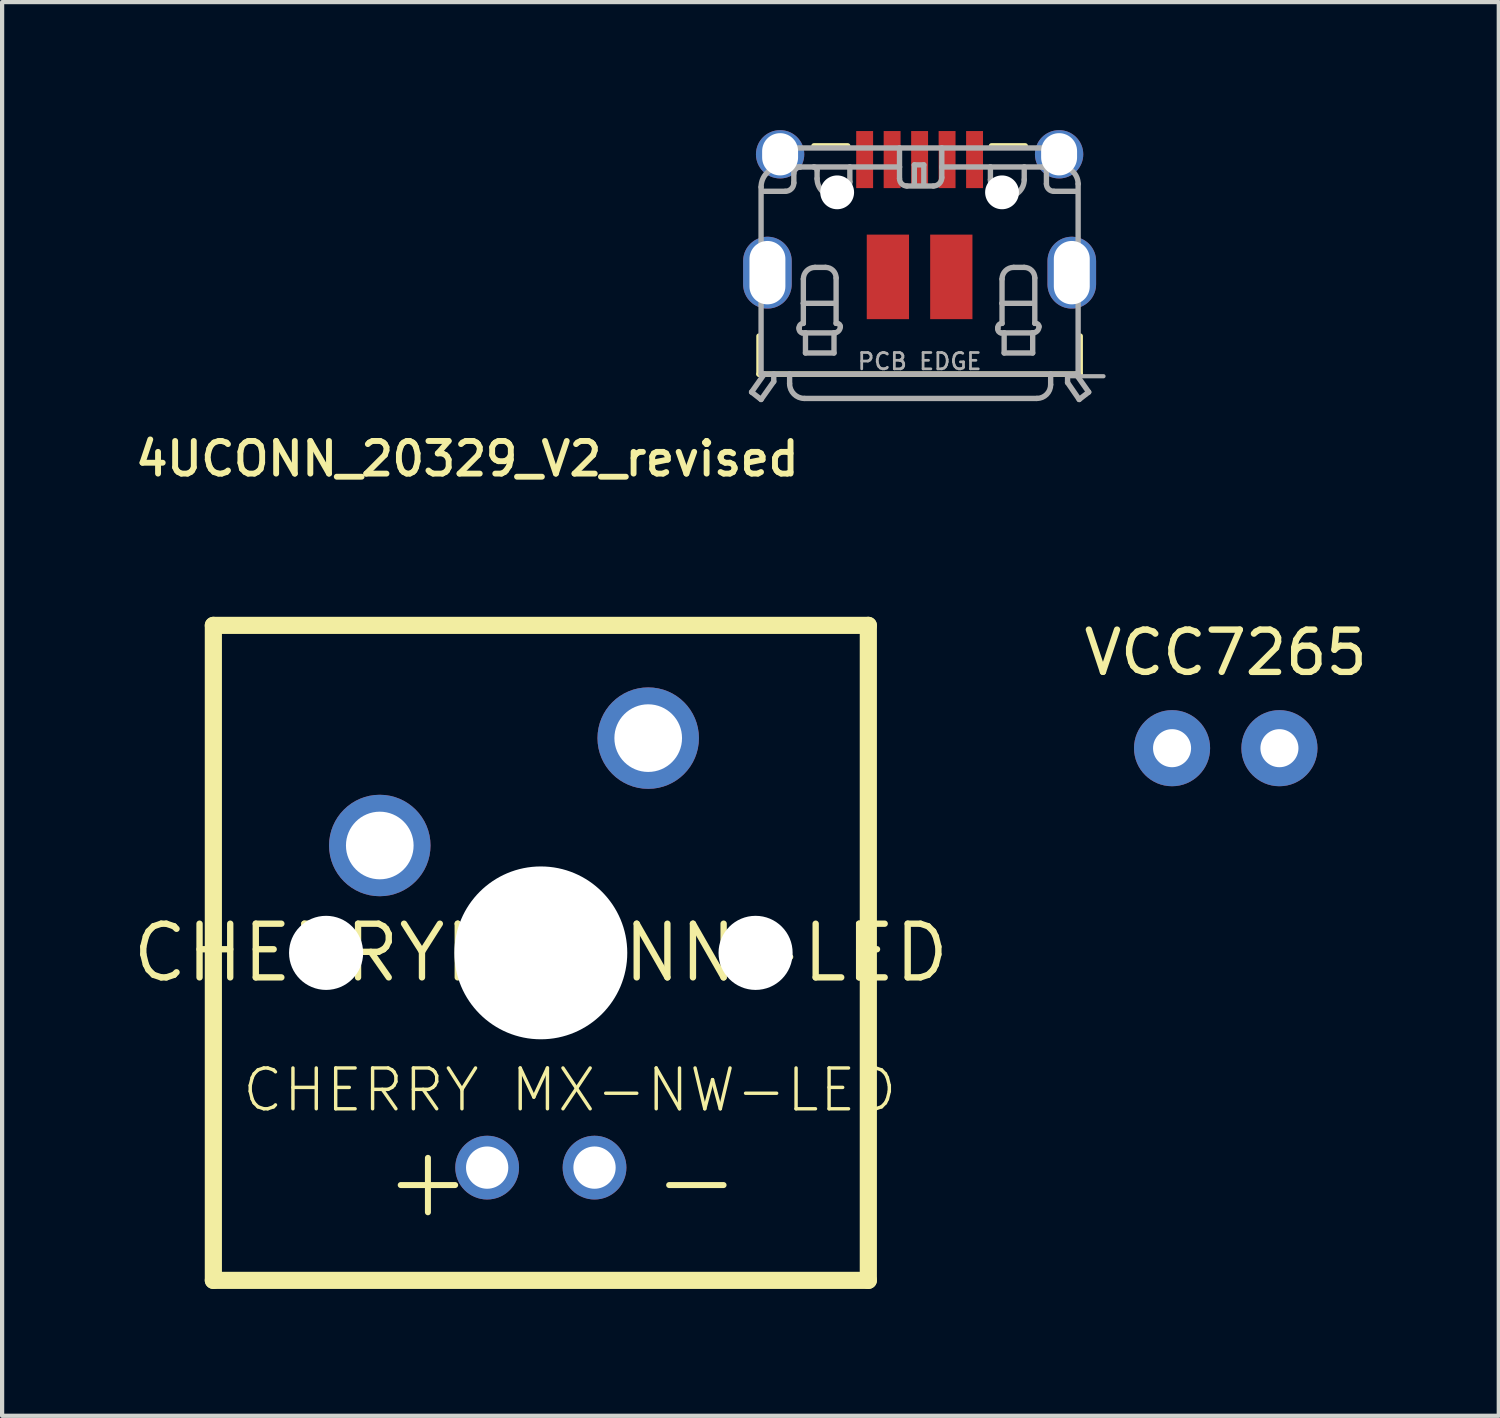
<source format=kicad_pcb>
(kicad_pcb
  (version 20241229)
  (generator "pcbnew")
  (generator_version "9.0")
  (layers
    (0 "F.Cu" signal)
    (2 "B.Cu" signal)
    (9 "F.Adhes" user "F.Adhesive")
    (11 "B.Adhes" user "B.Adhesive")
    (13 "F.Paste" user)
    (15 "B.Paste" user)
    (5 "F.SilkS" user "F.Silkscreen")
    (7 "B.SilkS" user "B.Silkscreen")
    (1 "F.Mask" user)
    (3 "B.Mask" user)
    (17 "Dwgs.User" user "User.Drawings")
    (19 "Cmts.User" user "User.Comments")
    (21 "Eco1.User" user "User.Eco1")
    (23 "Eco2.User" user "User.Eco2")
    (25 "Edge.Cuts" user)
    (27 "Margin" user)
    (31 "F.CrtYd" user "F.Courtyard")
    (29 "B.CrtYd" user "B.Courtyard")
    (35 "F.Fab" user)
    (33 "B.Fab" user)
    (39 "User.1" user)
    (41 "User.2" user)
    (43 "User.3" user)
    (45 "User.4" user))
  (footprint "VCC7265"
    (layer "F.Cu")
    (at 24.676 14.649)
    (property "Reference" "VCC7265" (at 1.27 -2.26 0) (layer "F.SilkS") (effects (font (size 1 1) (thickness 0.15))))
    (attr through_hole)
    (pad "1" thru_hole circle (at 0 0) (size 1.8 1.8) (drill 0.9) (layers "*.Cu" "*.Mask"))
    (pad "2" thru_hole circle (at 2.54 0) (size 1.8 1.8) (drill 0.9) (layers "*.Cu" "*.Mask")))
  (footprint "4UCONN_20329_V2_revised"
    (layer "F.Cu")
    (at 18.704 1.5)
    (property "Reference" "4UCONN_20329_V2_revised" (at -2.778 5.852 180) (layer "F.SilkS") (effects (font (size 0.772 0.772) (thickness 0.139)) (justify right top)))
    (attr through_hole)
    (fp_poly (pts (xy -1.55 -0.05) (xy -1.05 -0.05) (xy -1.05 -1.5) (xy -1.55 -1.5)) (stroke (width 0) (type solid)) (fill yes) (layer "F.Mask"))
    (fp_poly (pts (xy -0.9 -0.05) (xy -0.4 -0.05) (xy -0.4 -1.5) (xy -0.9 -1.5)) (stroke (width 0) (type solid)) (fill yes) (layer "F.Mask"))
    (fp_poly (pts (xy -0.25 -0.05) (xy 0.25 -0.05) (xy 0.25 -1.5) (xy -0.25 -1.5)) (stroke (width 0) (type solid)) (fill yes) (layer "F.Mask"))
    (fp_poly (pts (xy 0.4 -0.05) (xy 0.9 -0.05) (xy 0.9 -1.5) (xy 0.4 -1.5)) (stroke (width 0) (type solid)) (fill yes) (layer "F.Mask"))
    (fp_poly (pts (xy 1.05 -0.05) (xy 1.55 -0.05) (xy 1.55 -1.5) (xy 1.05 -1.5)) (stroke (width 0) (type solid)) (fill yes) (layer "F.Mask"))
    (fp_line (start -3.8 3.4) (end -3.8 4.3) (stroke (width 0.127) (type solid)) (layer "F.SilkS"))
    (fp_line (start -3.8 4.3) (end 3.8 4.3) (stroke (width 0.127) (type solid)) (layer "F.SilkS"))
    (fp_line (start -2.5 -1.1) (end -1.7 -1.1) (stroke (width 0.127) (type solid)) (layer "F.SilkS"))
    (fp_line (start 1.7 -1.1) (end 2.5 -1.1) (stroke (width 0.127) (type solid)) (layer "F.SilkS"))
    (fp_line (start 3.8 4.3) (end 3.8 3.4) (stroke (width 0.127) (type solid)) (layer "F.SilkS"))
    (fp_poly (pts (xy -4.85 3.15) (xy -2.35 3.15) (xy -2.35 0.65) (xy -4.85 0.65)) (stroke (width 0) (type solid)) (fill yes) (layer "F.Paste"))
    (fp_poly (pts (xy -1.45 -0.15) (xy -1.15 -0.15) (xy -1.15 -1.4) (xy -1.45 -1.4)) (stroke (width 0) (type solid)) (fill yes) (layer "F.Paste"))
    (fp_poly (pts (xy -0.8 -0.15) (xy -0.5 -0.15) (xy -0.5 -1.4) (xy -0.8 -1.4)) (stroke (width 0) (type solid)) (fill yes) (layer "F.Paste"))
    (fp_poly (pts (xy -0.15 -0.15) (xy 0.15 -0.15) (xy 0.15 -1.4) (xy -0.15 -1.4)) (stroke (width 0) (type solid)) (fill yes) (layer "F.Paste"))
    (fp_poly (pts (xy 0.5 -0.15) (xy 0.8 -0.15) (xy 0.8 -1.4) (xy 0.5 -1.4)) (stroke (width 0) (type solid)) (fill yes) (layer "F.Paste"))
    (fp_poly (pts (xy 1.15 -0.15) (xy 1.45 -0.15) (xy 1.45 -1.4) (xy 1.15 -1.4)) (stroke (width 0) (type solid)) (fill yes) (layer "F.Paste"))
    (fp_poly (pts (xy 2.35 3.15) (xy 4.85 3.15) (xy 4.85 0.65) (xy 2.35 0.65)) (stroke (width 0) (type solid)) (fill yes) (layer "F.Paste"))
    (fp_poly (pts (xy -5.05 -0.9) (xy -5.014 -0.724) (xy -4.925 -0.567) (xy -4.793 -0.445) (xy -4.45 -0.35) (xy -3.35 -0.35) (xy -3.171 -0.37) (xy -3.007 -0.445) (xy -2.875 -0.567) (xy -2.786 -0.724) (xy -2.75 -0.9) (xy -2.786 -1.076) (xy -2.875 -1.233) (xy -3.007 -1.355) (xy -3.35 -1.45) (xy -4.45 -1.45) (xy -4.629 -1.43) (xy -4.793 -1.355) (xy -4.925 -1.233)) (stroke (width 0) (type solid)) (fill yes) (layer "F.Paste"))
    (fp_poly (pts (xy 2.75 -0.9) (xy 2.786 -0.724) (xy 2.875 -0.567) (xy 3.007 -0.445) (xy 3.35 -0.35) (xy 4.45 -0.35) (xy 4.629 -0.37) (xy 4.793 -0.445) (xy 4.925 -0.567) (xy 5.014 -0.724) (xy 5.05 -0.9) (xy 5.014 -1.076) (xy 4.925 -1.233) (xy 4.793 -1.355) (xy 4.45 -1.45) (xy 3.35 -1.45) (xy 3.171 -1.43) (xy 3.007 -1.355) (xy 2.875 -1.233)) (stroke (width 0) (type solid)) (fill yes) (layer "F.Paste"))
    (fp_line (start -3.975 4.725) (end -3.75 4.9) (stroke (width 0.127) (type solid)) (layer "F.Fab"))
    (fp_line (start -3.975 4.725) (end -3.675 4.3) (stroke (width 0.127) (type solid)) (layer "F.Fab"))
    (fp_line (start -3.75 -0.125) (end -3.75 4.3) (stroke (width 0.127) (type solid)) (layer "F.Fab"))
    (fp_line (start -3.75 4.3) (end -3.675 4.3) (stroke (width 0.127) (type solid)) (layer "F.Fab"))
    (fp_line (start -3.75 4.9) (end -3.45 4.475) (stroke (width 0.127) (type solid)) (layer "F.Fab"))
    (fp_line (start -3.725 -0.025) (end -3.175 -0.025) (stroke (width 0.127) (type solid)) (layer "F.Fab"))
    (fp_line (start -3.675 4.3) (end -3.45 4.3) (stroke (width 0.127) (type solid)) (layer "F.Fab"))
    (fp_line (start -3.575 -1.05) (end -0.475 -1.05) (stroke (width 0.127) (type solid)) (layer "F.Fab"))
    (fp_line (start -3.575 -0.75) (end -3.575 -1.05) (stroke (width 0.127) (type solid)) (layer "F.Fab"))
    (fp_line (start -3.45 4.3) (end -3.075 4.3) (stroke (width 0.127) (type solid)) (layer "F.Fab"))
    (fp_line (start -3.45 4.475) (end -3.45 4.3) (stroke (width 0.127) (type solid)) (layer "F.Fab"))
    (fp_line (start -3.425 -0.75) (end -3.575 -0.75) (stroke (width 0.127) (type solid)) (layer "F.Fab"))
    (fp_line (start -3.425 -0.625) (end -3.425 -0.75) (stroke (width 0.127) (type solid)) (layer "F.Fab"))
    (fp_line (start -3.075 4.3) (end -3.075 4.525) (stroke (width 0.127) (type solid)) (layer "F.Fab"))
    (fp_line (start -3.075 4.3) (end 3.1 4.3) (stroke (width 0.127) (type solid)) (layer "F.Fab"))
    (fp_line (start -2.975 -0.225) (end -2.975 -0.45) (stroke (width 0.127) (type solid)) (layer "F.Fab"))
    (fp_line (start -2.85 3.225) (end -2.85 3.2) (stroke (width 0.127) (type solid)) (layer "F.Fab"))
    (fp_line (start -2.825 -0.6) (end -3.275 -0.6) (stroke (width 0.127) (type solid)) (layer "F.Fab"))
    (fp_line (start -2.825 -0.6) (end -2.5 -0.6) (stroke (width 0.127) (type solid)) (layer "F.Fab"))
    (fp_line (start -2.75 2.625) (end -2.75 2.05) (stroke (width 0.127) (type solid)) (layer "F.Fab"))
    (fp_line (start -2.75 2.625) (end -2 2.625) (stroke (width 0.127) (type solid)) (layer "F.Fab"))
    (fp_line (start -2.75 3.1) (end -2.75 2.625) (stroke (width 0.127) (type solid)) (layer "F.Fab"))
    (fp_line (start -2.725 4.875) (end 2.775 4.875) (stroke (width 0.127) (type solid)) (layer "F.Fab"))
    (fp_line (start -2.7 3.325) (end -2.775 3.325) (stroke (width 0.127) (type solid)) (layer "F.Fab"))
    (fp_line (start -2.7 3.325) (end -2 3.325) (stroke (width 0.127) (type solid)) (layer "F.Fab"))
    (fp_line (start -2.7 3.8) (end -2.7 3.325) (stroke (width 0.127) (type solid)) (layer "F.Fab"))
    (fp_line (start -2.475 1.775) (end -2.225 1.775) (stroke (width 0.127) (type solid)) (layer "F.Fab"))
    (fp_line (start -2.425 -0.525) (end -2.425 -0.325) (stroke (width 0.127) (type solid)) (layer "F.Fab"))
    (fp_line (start -2.025 3.325) (end -2.025 3.8) (stroke (width 0.127) (type solid)) (layer "F.Fab"))
    (fp_line (start -2.025 3.8) (end -2.7 3.8) (stroke (width 0.127) (type solid)) (layer "F.Fab"))
    (fp_line (start -1.975 2.025) (end -1.975 3.1) (stroke (width 0.127) (type solid)) (layer "F.Fab"))
    (fp_line (start -1.975 3.1) (end -1.95 3.1) (stroke (width 0.127) (type solid)) (layer "F.Fab"))
    (fp_line (start -1.65 -0.6) (end -2.5 -0.6) (stroke (width 0.127) (type solid)) (layer "F.Fab"))
    (fp_line (start -1.65 -0.25) (end -1.65 -0.6) (stroke (width 0.127) (type solid)) (layer "F.Fab"))
    (fp_line (start -0.475 -1.05) (end 0.525 -1.05) (stroke (width 0.127) (type solid)) (layer "F.Fab"))
    (fp_line (start -0.475 -0.6) (end -1.65 -0.6) (stroke (width 0.127) (type solid)) (layer "F.Fab"))
    (fp_line (start -0.475 -0.6) (end -0.475 -1.05) (stroke (width 0.127) (type solid)) (layer "F.Fab"))
    (fp_line (start -0.475 -0.325) (end -0.475 -0.6) (stroke (width 0.127) (type solid)) (layer "F.Fab"))
    (fp_line (start -0.125 -0.65) (end 0.1 -0.65) (stroke (width 0.127) (type solid)) (layer "F.Fab"))
    (fp_line (start -0.125 -0.175) (end -0.125 -0.65) (stroke (width 0.127) (type solid)) (layer "F.Fab"))
    (fp_line (start 0.1 -0.65) (end 0.1 -0.175) (stroke (width 0.127) (type solid)) (layer "F.Fab"))
    (fp_line (start 0.325 -0.15) (end -0.3 -0.15) (stroke (width 0.127) (type solid)) (layer "F.Fab"))
    (fp_line (start 0.525 -1.05) (end 0.525 -0.6) (stroke (width 0.127) (type solid)) (layer "F.Fab"))
    (fp_line (start 0.525 -1.05) (end 3.6 -1.05) (stroke (width 0.127) (type solid)) (layer "F.Fab"))
    (fp_line (start 0.525 -0.6) (end 0.525 -0.35) (stroke (width 0.127) (type solid)) (layer "F.Fab"))
    (fp_line (start 1.675 -0.6) (end 0.525 -0.6) (stroke (width 0.127) (type solid)) (layer "F.Fab"))
    (fp_line (start 1.675 -0.6) (end 1.675 -0.3) (stroke (width 0.127) (type solid)) (layer "F.Fab"))
    (fp_line (start 1.85 3.225) (end 1.85 3.2) (stroke (width 0.127) (type solid)) (layer "F.Fab"))
    (fp_line (start 1.95 2.625) (end 1.95 2.05) (stroke (width 0.127) (type solid)) (layer "F.Fab"))
    (fp_line (start 1.95 2.625) (end 2.7 2.625) (stroke (width 0.127) (type solid)) (layer "F.Fab"))
    (fp_line (start 1.95 3.1) (end 1.95 2.625) (stroke (width 0.127) (type solid)) (layer "F.Fab"))
    (fp_line (start 2 3.325) (end 1.925 3.325) (stroke (width 0.127) (type solid)) (layer "F.Fab"))
    (fp_line (start 2 3.325) (end 2.7 3.325) (stroke (width 0.127) (type solid)) (layer "F.Fab"))
    (fp_line (start 2 3.8) (end 2 3.325) (stroke (width 0.127) (type solid)) (layer "F.Fab"))
    (fp_line (start 2.225 1.775) (end 2.475 1.775) (stroke (width 0.127) (type solid)) (layer "F.Fab"))
    (fp_line (start 2.475 -0.6) (end 1.675 -0.6) (stroke (width 0.127) (type solid)) (layer "F.Fab"))
    (fp_line (start 2.475 -0.6) (end 2.925 -0.6) (stroke (width 0.127) (type solid)) (layer "F.Fab"))
    (fp_line (start 2.475 -0.3) (end 2.475 -0.6) (stroke (width 0.127) (type solid)) (layer "F.Fab"))
    (fp_line (start 2.675 3.325) (end 2.675 3.8) (stroke (width 0.127) (type solid)) (layer "F.Fab"))
    (fp_line (start 2.675 3.8) (end 2 3.8) (stroke (width 0.127) (type solid)) (layer "F.Fab"))
    (fp_line (start 2.725 2.025) (end 2.725 3.1) (stroke (width 0.127) (type solid)) (layer "F.Fab"))
    (fp_line (start 2.725 3.1) (end 2.75 3.1) (stroke (width 0.127) (type solid)) (layer "F.Fab"))
    (fp_line (start 3 -0.525) (end 3 -0.2) (stroke (width 0.127) (type solid)) (layer "F.Fab"))
    (fp_line (start 3.1 4.3) (end 3.7 4.3) (stroke (width 0.127) (type solid)) (layer "F.Fab"))
    (fp_line (start 3.1 4.55) (end 3.1 4.3) (stroke (width 0.127) (type solid)) (layer "F.Fab"))
    (fp_line (start 3.175 -0.025) (end 3.725 -0.025) (stroke (width 0.127) (type solid)) (layer "F.Fab"))
    (fp_line (start 3.35 -0.775) (end 3.35 -0.6) (stroke (width 0.127) (type solid)) (layer "F.Fab"))
    (fp_line (start 3.35 -0.6) (end 2.925 -0.6) (stroke (width 0.127) (type solid)) (layer "F.Fab"))
    (fp_line (start 3.5 4.35) (end 4.35 4.35) (stroke (width 0.1) (type solid)) (layer "F.Fab"))
    (fp_line (start 3.5 4.5) (end 3.5 4.35) (stroke (width 0.127) (type solid)) (layer "F.Fab"))
    (fp_line (start 3.6 -1.05) (end 3.6 -0.775) (stroke (width 0.127) (type solid)) (layer "F.Fab"))
    (fp_line (start 3.6 -0.775) (end 3.35 -0.775) (stroke (width 0.127) (type solid)) (layer "F.Fab"))
    (fp_line (start 3.7 4.3) (end 3.75 4.3) (stroke (width 0.127) (type solid)) (layer "F.Fab"))
    (fp_line (start 3.7 4.3) (end 4 4.725) (stroke (width 0.127) (type solid)) (layer "F.Fab"))
    (fp_line (start 3.75 4.3) (end 3.75 -0.2) (stroke (width 0.127) (type solid)) (layer "F.Fab"))
    (fp_line (start 3.775 4.9) (end 3.5 4.5) (stroke (width 0.127) (type solid)) (layer "F.Fab"))
    (fp_line (start 4 4.725) (end 3.775 4.9) (stroke (width 0.127) (type solid)) (layer "F.Fab"))
    (fp_arc (start -3.750001 -0.124999) (mid -3.610876 -0.460875) (end -3.275 -0.6) (stroke (width 0.127) (type solid)) (layer "F.Fab"))
    (fp_arc (start -2.975 -0.45) (mid -2.931066 -0.556066) (end -2.825 -0.6) (stroke (width 0.127) (type solid)) (layer "F.Fab"))
    (fp_arc (start -2.975 -0.225) (mid -3.033579 -0.083579) (end -3.175 -0.025) (stroke (width 0.127) (type solid)) (layer "F.Fab"))
    (fp_arc (start -2.85 3.2) (mid -2.820711 3.129289) (end -2.75 3.1) (stroke (width 0.127) (type solid)) (layer "F.Fab"))
    (fp_arc (start -2.775 3.325) (mid -2.833211 3.290533) (end -2.85 3.225) (stroke (width 0.127) (type solid)) (layer "F.Fab"))
    (fp_arc (start -2.75 2.05) (mid -2.669454 1.855546) (end -2.475 1.775) (stroke (width 0.127) (type solid)) (layer "F.Fab"))
    (fp_arc (start -2.725 4.875) (mid -2.972487 4.772487) (end -3.075 4.525) (stroke (width 0.127) (type solid)) (layer "F.Fab"))
    (fp_arc (start -2.5 -0.6) (mid -2.446967 -0.578033) (end -2.425 -0.525) (stroke (width 0.127) (type solid)) (layer "F.Fab"))
    (fp_arc (start -2.225 1.775) (mid -2.048223 1.848223) (end -1.975 2.025) (stroke (width 0.127) (type solid)) (layer "F.Fab"))
    (fp_arc (start -2 0.1) (mid -2.30052 -0.02448) (end -2.425 -0.325) (stroke (width 0.127) (type solid)) (layer "F.Fab"))
    (fp_arc (start -1.95 3.1) (mid -1.896967 3.121967) (end -1.875 3.175) (stroke (width 0.127) (type solid)) (layer "F.Fab"))
    (fp_arc (start -1.875 3.175) (mid -1.918934 3.281066) (end -2.025 3.325) (stroke (width 0.127) (type solid)) (layer "F.Fab"))
    (fp_arc (start -1.65 -0.25) (mid -1.752513 -0.002513) (end -2 0.1) (stroke (width 0.127) (type solid)) (layer "F.Fab"))
    (fp_arc (start -0.3 -0.15) (mid -0.423744 -0.201256) (end -0.475 -0.325) (stroke (width 0.127) (type solid)) (layer "F.Fab"))
    (fp_arc (start 0.525 -0.35) (mid 0.466421 -0.208579) (end 0.325 -0.15) (stroke (width 0.127) (type solid)) (layer "F.Fab"))
    (fp_arc (start 1.85 3.2) (mid 1.879289 3.129289) (end 1.95 3.1) (stroke (width 0.127) (type solid)) (layer "F.Fab"))
    (fp_arc (start 1.925 3.325) (mid 1.866789 3.290533) (end 1.85 3.225) (stroke (width 0.127) (type solid)) (layer "F.Fab"))
    (fp_arc (start 1.95 2.05) (mid 2.030546 1.855546) (end 2.225 1.775) (stroke (width 0.127) (type solid)) (layer "F.Fab"))
    (fp_arc (start 2.075 0.1) (mid 1.792157 -0.017157) (end 1.675 -0.3) (stroke (width 0.127) (type solid)) (layer "F.Fab"))
    (fp_arc (start 2.475 -0.3) (mid 2.357843 -0.017157) (end 2.075 0.1) (stroke (width 0.127) (type solid)) (layer "F.Fab"))
    (fp_arc (start 2.475 1.775) (mid 2.651777 1.848223) (end 2.725 2.025) (stroke (width 0.127) (type solid)) (layer "F.Fab"))
    (fp_arc (start 2.75 3.1) (mid 2.803033 3.121967) (end 2.825 3.175) (stroke (width 0.127) (type solid)) (layer "F.Fab"))
    (fp_arc (start 2.825 3.175) (mid 2.781066 3.281066) (end 2.675 3.325) (stroke (width 0.127) (type solid)) (layer "F.Fab"))
    (fp_arc (start 2.925 -0.6) (mid 2.978033 -0.578033) (end 3 -0.525) (stroke (width 0.127) (type solid)) (layer "F.Fab"))
    (fp_arc (start 3.1 4.55) (mid 3.00481 4.77981) (end 2.775 4.875) (stroke (width 0.127) (type solid)) (layer "F.Fab"))
    (fp_arc (start 3.175 -0.025) (mid 3.051256 -0.076256) (end 3 -0.2) (stroke (width 0.127) (type solid)) (layer "F.Fab"))
    (fp_arc (start 3.349999 -0.599999) (mid 3.632842 -0.482842) (end 3.75 -0.2) (stroke (width 0.127) (type solid)) (layer "F.Fab"))
    (fp_text user "PCB EDGE" (at 0 4 0) (layer "F.Fab") (effects (font (size 0.386 0.386) (thickness 0.065))))
    (pad "" np_thru_hole circle (at -1.95 0) (size 0.8 0.8) (drill 0.8) (layers "*.Cu"))
    (pad "" np_thru_hole circle (at 1.95 0) (size 0.8 0.8) (drill 0.8) (layers "*.Cu"))
    (pad "BASE@1" smd rect (at -0.75 2 90) (size 2 1) (layers "F.Cu" "F.Mask" "F.Paste"))
    (pad "BASE@2" smd rect (at 0.75 2 90) (size 2 1) (layers "F.Cu" "F.Mask" "F.Paste"))
    (pad "D+" smd rect (at 0 -0.775) (size 0.4 1.35) (layers "F.Cu" "F.Mask"))
    (pad "D-" smd rect (at -0.65 -0.775) (size 0.4 1.35) (layers "F.Cu" "F.Mask"))
    (pad "GND" smd rect (at 1.3 -0.775) (size 0.4 1.35) (layers "F.Cu" "F.Mask"))
    (pad "ID" smd rect (at 0.65 -0.775) (size 0.4 1.35) (layers "F.Cu" "F.Mask"))
    (pad "SPRT@1" thru_hole circle (at -3.3 -0.9 180) (size 1.143 1.143) (drill oval 0.85 1) (layers "*.Cu" "*.Mask"))
    (pad "SPRT@2" thru_hole circle (at 3.3 -0.9) (size 1.143 1.143) (drill oval 0.85 1) (layers "*.Cu" "*.Mask"))
    (pad "SPRT@3" thru_hole oval (at -3.6 1.9 90) (size 1.7 1.15) (drill oval 1.5 0.85) (layers "*.Cu" "*.Mask"))
    (pad "SPRT@4" thru_hole oval (at 3.6 1.9 90) (size 1.7 1.15) (drill oval 1.5 0.85) (layers "*.Cu" "*.Mask"))
    (pad "VBUS" smd rect (at -1.3 -0.775) (size 0.4 1.35) (layers "F.Cu" "F.Mask")))
  (footprint "CHERRYMX-NN-LED"
    (layer "F.Cu")
    (at 9.744 19.491)
    (property "Reference" "CHERRYMX-NN-LED" (at 0 0 0) (layer "F.SilkS") (effects (font (size 1.27 1.27) (thickness 0.15))))
    (attr through_hole)
    (fp_line (start -7.747 -7.747) (end -7.747 7.747) (stroke (width 0.406) (type solid)) (layer "F.SilkS"))
    (fp_line (start -7.747 7.747) (end 7.747 7.747) (stroke (width 0.406) (type solid)) (layer "F.SilkS"))
    (fp_line (start 7.747 -7.747) (end -7.747 -7.747) (stroke (width 0.406) (type solid)) (layer "F.SilkS"))
    (fp_line (start 7.747 7.747) (end 7.747 -7.747) (stroke (width 0.406) (type solid)) (layer "F.SilkS"))
    (fp_text user "CHERRY MX-NW-LED" (at -7.112 3.81 0) (layer "F.SilkS") (effects (font (size 0.965 0.965) (thickness 0.081)) (justify left bottom)))
    (fp_text user "+" (at -3.81 6.35 0) (layer "F.SilkS") (effects (font (size 1.689 1.689) (thickness 0.142)) (justify left bottom)))
    (fp_text user "-" (at 2.54 6.35 0) (layer "F.SilkS") (effects (font (size 1.689 1.689) (thickness 0.142)) (justify left bottom)))
    (pad "" np_thru_hole circle (at -5.08 0) (size 1.753 1.753) (drill 1.753) (layers "*.Cu" "*.Mask"))
    (pad "" np_thru_hole circle (at 0 0) (size 4.089 4.089) (drill 4.089) (layers "*.Cu" "*.Mask"))
    (pad "" np_thru_hole circle (at 5.08 0) (size 1.753 1.753) (drill 1.753) (layers "*.Cu" "*.Mask"))
    (pad "LED+" thru_hole circle (at -1.27 5.08) (size 1.508 1.508) (drill 1) (layers "*.Cu" "*.Mask"))
    (pad "LED-" thru_hole circle (at 1.27 5.08) (size 1.508 1.508) (drill 1) (layers "*.Cu" "*.Mask"))
    (pad "SIDE" thru_hole circle (at -3.81 -2.54) (size 2.4 2.4) (drill 1.6) (layers "*.Cu" "*.Mask"))
    (pad "UP" thru_hole circle (at 2.54 -5.08) (size 2.4 2.4) (drill 1.6) (layers "*.Cu" "*.Mask")))
  (gr_rect
    (start -3 -3)
    (end 32.405 30.442)
    (stroke (width 0.1) (type default))
    (fill no)
    (layer "Edge.Cuts")))
</source>
